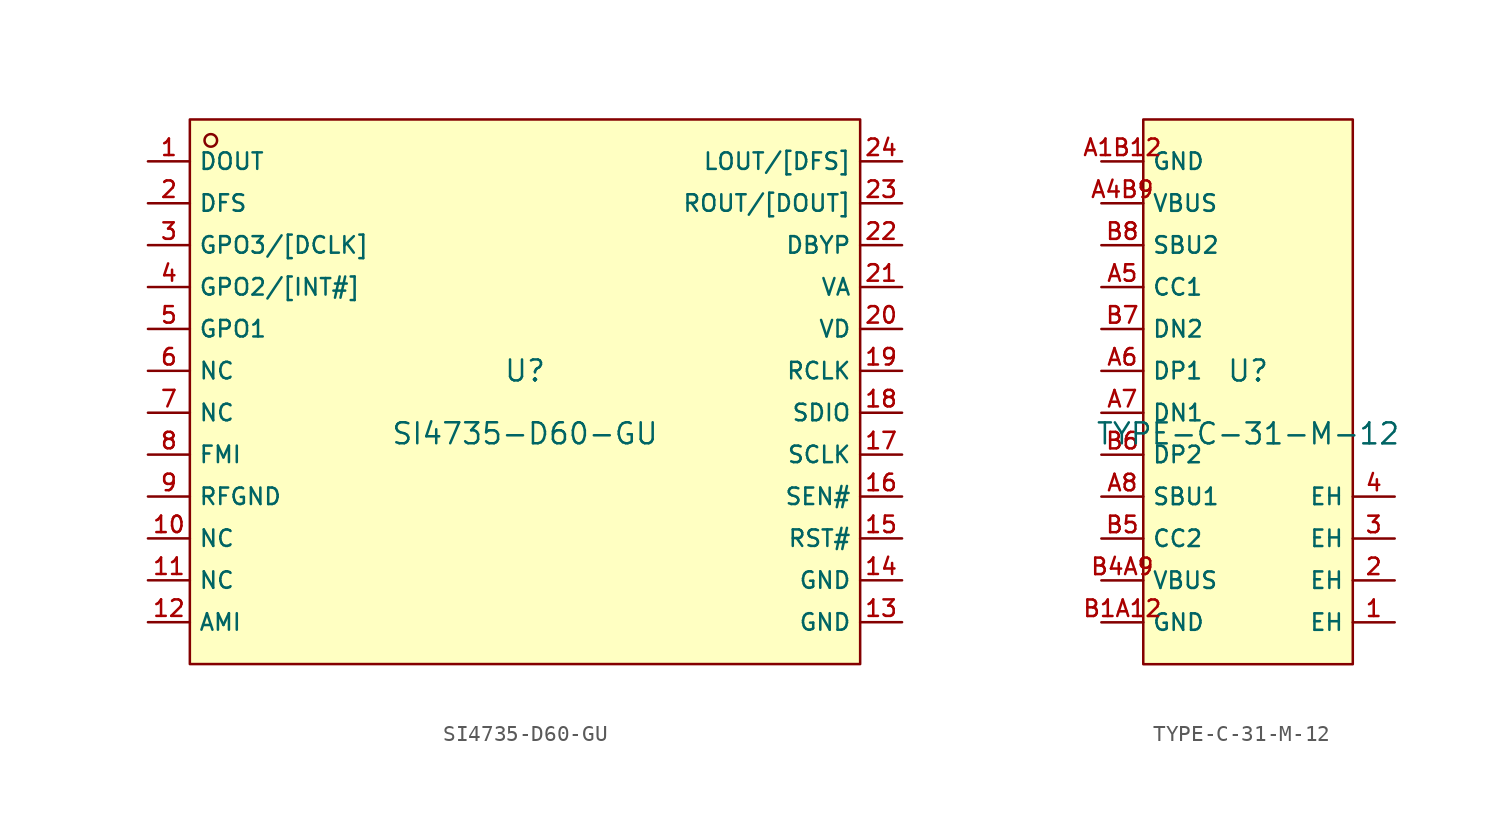
<source format=kicad_sym>
(kicad_symbol_lib
  (version 20241209)
  (generator "kicad_symbol_editor")
  (generator_version "9.0")
  (symbol "SI4735-D60-GU"
    (property "Reference" "U"
      (at 0 1.27 0)
      (effects (font (size 1.27 1.27))))
    (property "Value" "SI4735-D60-GU"
      (at 0 -2.54 0)
      (effects (font (size 1.27 1.27))))
    (symbol "SI4735-D60-GU_0_1"
      (rectangle (start -20.32 16.51) (end 20.32 -16.51) (stroke (width 0) (type default) (color 0 0 0 0)) (fill (type background)))
      (circle (center -19.05 15.24) (radius 0.381) (stroke (width 0) (type default) (color 0 0 0 0)) (fill (type background)))
      (pin unspecified line (at -22.86 13.97 0) (length 2.54) (name "DOUT" (effects (font (size 1 1)))) (number "1" (effects (font (size 1 1)))))
      (pin unspecified line (at -22.86 11.43 0) (length 2.54) (name "DFS" (effects (font (size 1 1)))) (number "2" (effects (font (size 1 1)))))
      (pin unspecified line (at -22.86 8.89 0) (length 2.54) (name "GPO3/[DCLK]" (effects (font (size 1 1)))) (number "3" (effects (font (size 1 1)))))
      (pin unspecified line (at -22.86 6.35 0) (length 2.54) (name "GPO2/[INT#]" (effects (font (size 1 1)))) (number "4" (effects (font (size 1 1)))))
      (pin unspecified line (at -22.86 3.81 0) (length 2.54) (name "GPO1" (effects (font (size 1 1)))) (number "5" (effects (font (size 1 1)))))
      (pin unspecified line (at -22.86 1.27 0) (length 2.54) (name "NC" (effects (font (size 1 1)))) (number "6" (effects (font (size 1 1)))))
      (pin unspecified line (at -22.86 -1.27 0) (length 2.54) (name "NC" (effects (font (size 1 1)))) (number "7" (effects (font (size 1 1)))))
      (pin unspecified line (at -22.86 -3.81 0) (length 2.54) (name "FMI" (effects (font (size 1 1)))) (number "8" (effects (font (size 1 1)))))
      (pin unspecified line (at -22.86 -6.35 0) (length 2.54) (name "RFGND" (effects (font (size 1 1)))) (number "9" (effects (font (size 1 1)))))
      (pin unspecified line (at -22.86 -8.89 0) (length 2.54) (name "NC" (effects (font (size 1 1)))) (number "10" (effects (font (size 1 1)))))
      (pin unspecified line (at -22.86 -11.43 0) (length 2.54) (name "NC" (effects (font (size 1 1)))) (number "11" (effects (font (size 1 1)))))
      (pin unspecified line (at -22.86 -13.97 0) (length 2.54) (name "AMI" (effects (font (size 1 1)))) (number "12" (effects (font (size 1 1)))))
      (pin unspecified line (at 22.86 -13.97 180) (length 2.54) (name "GND" (effects (font (size 1 1)))) (number "13" (effects (font (size 1 1)))))
      (pin unspecified line (at 22.86 -11.43 180) (length 2.54) (name "GND" (effects (font (size 1 1)))) (number "14" (effects (font (size 1 1)))))
      (pin unspecified line (at 22.86 -8.89 180) (length 2.54) (name "RST#" (effects (font (size 1 1)))) (number "15" (effects (font (size 1 1)))))
      (pin unspecified line (at 22.86 -6.35 180) (length 2.54) (name "SEN#" (effects (font (size 1 1)))) (number "16" (effects (font (size 1 1)))))
      (pin unspecified line (at 22.86 -3.81 180) (length 2.54) (name "SCLK" (effects (font (size 1 1)))) (number "17" (effects (font (size 1 1)))))
      (pin unspecified line (at 22.86 -1.27 180) (length 2.54) (name "SDIO" (effects (font (size 1 1)))) (number "18" (effects (font (size 1 1)))))
      (pin unspecified line (at 22.86 1.27 180) (length 2.54) (name "RCLK" (effects (font (size 1 1)))) (number "19" (effects (font (size 1 1)))))
      (pin unspecified line (at 22.86 3.81 180) (length 2.54) (name "VD" (effects (font (size 1 1)))) (number "20" (effects (font (size 1 1)))))
      (pin unspecified line (at 22.86 6.35 180) (length 2.54) (name "VA" (effects (font (size 1 1)))) (number "21" (effects (font (size 1 1)))))
      (pin unspecified line (at 22.86 8.89 180) (length 2.54) (name "DBYP" (effects (font (size 1 1)))) (number "22" (effects (font (size 1 1)))))
      (pin unspecified line (at 22.86 11.43 180) (length 2.54) (name "ROUT/[DOUT]" (effects (font (size 1 1)))) (number "23" (effects (font (size 1 1)))))
      (pin unspecified line (at 22.86 13.97 180) (length 2.54) (name "LOUT/[DFS]" (effects (font (size 1 1)))) (number "24" (effects (font (size 1 1)))))))
  (symbol "TYPE-C-31-M-12"
    (property "Reference" "U"
      (at 0 1.27 0)
      (effects (font (size 1.27 1.27))))
    (property "Value" "TYPE-C-31-M-12"
      (at 0 -2.54 0)
      (effects (font (size 1.27 1.27))))
    (symbol "TYPE-C-31-M-12_0_1"
      (rectangle (start -6.35 16.51) (end 6.35 -16.51) (stroke (width 0) (type default) (color 0 0 0 0)) (fill (type background)))
      (pin unspecified line (at -8.89 13.97 0) (length 2.54) (name "GND" (effects (font (size 1 1)))) (number "A1B12" (effects (font (size 1 1)))))
      (pin unspecified line (at -8.89 11.43 0) (length 2.54) (name "VBUS" (effects (font (size 1 1)))) (number "A4B9" (effects (font (size 1 1)))))
      (pin unspecified line (at -8.89 8.89 0) (length 2.54) (name "SBU2" (effects (font (size 1 1)))) (number "B8" (effects (font (size 1 1)))))
      (pin unspecified line (at -8.89 6.35 0) (length 2.54) (name "CC1" (effects (font (size 1 1)))) (number "A5" (effects (font (size 1 1)))))
      (pin unspecified line (at -8.89 3.81 0) (length 2.54) (name "DN2" (effects (font (size 1 1)))) (number "B7" (effects (font (size 1 1)))))
      (pin unspecified line (at -8.89 1.27 0) (length 2.54) (name "DP1" (effects (font (size 1 1)))) (number "A6" (effects (font (size 1 1)))))
      (pin unspecified line (at -8.89 -1.27 0) (length 2.54) (name "DN1" (effects (font (size 1 1)))) (number "A7" (effects (font (size 1 1)))))
      (pin unspecified line (at -8.89 -3.81 0) (length 2.54) (name "DP2" (effects (font (size 1 1)))) (number "B6" (effects (font (size 1 1)))))
      (pin unspecified line (at -8.89 -6.35 0) (length 2.54) (name "SBU1" (effects (font (size 1 1)))) (number "A8" (effects (font (size 1 1)))))
      (pin unspecified line (at -8.89 -8.89 0) (length 2.54) (name "CC2" (effects (font (size 1 1)))) (number "B5" (effects (font (size 1 1)))))
      (pin unspecified line (at -8.89 -11.43 0) (length 2.54) (name "VBUS" (effects (font (size 1 1)))) (number "B4A9" (effects (font (size 1 1)))))
      (pin unspecified line (at -8.89 -13.97 0) (length 2.54) (name "GND" (effects (font (size 1 1)))) (number "B1A12" (effects (font (size 1 1)))))
      (pin unspecified line (at 8.89 -6.35 180) (length 2.54) (name "EH" (effects (font (size 1 1)))) (number "4" (effects (font (size 1 1)))))
      (pin unspecified line (at 8.89 -8.89 180) (length 2.54) (name "EH" (effects (font (size 1 1)))) (number "3" (effects (font (size 1 1)))))
      (pin unspecified line (at 8.89 -11.43 180) (length 2.54) (name "EH" (effects (font (size 1 1)))) (number "2" (effects (font (size 1 1)))))
      (pin unspecified line (at 8.89 -13.97 180) (length 2.54) (name "EH" (effects (font (size 1 1)))) (number "1" (effects (font (size 1 1))))))))
</source>
